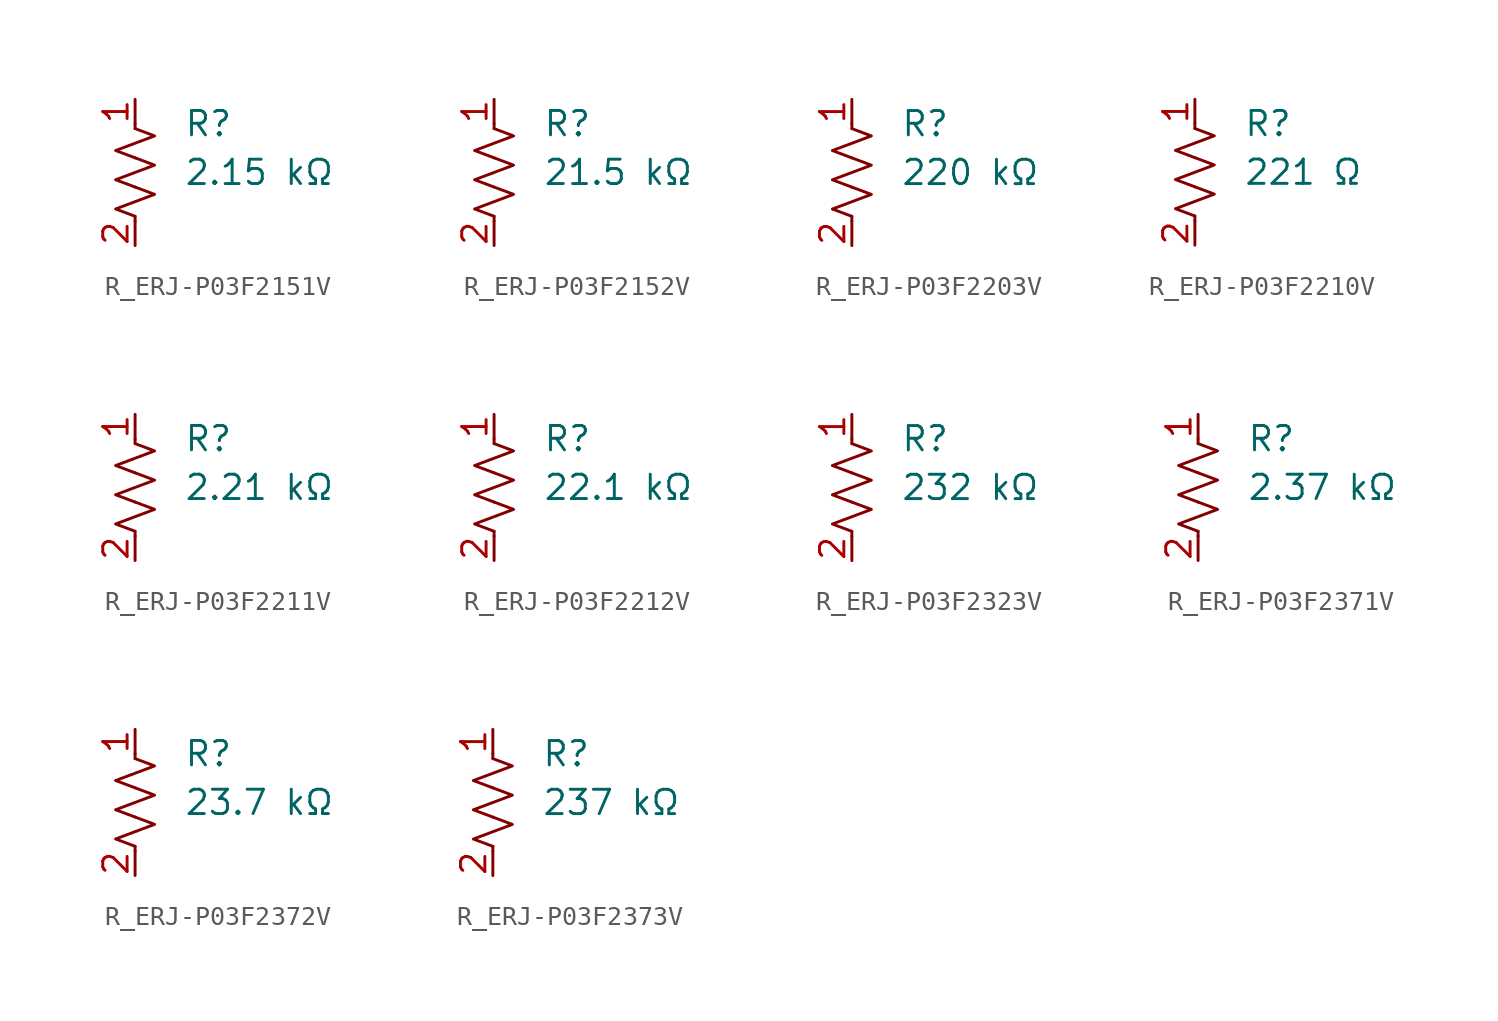
<source format=kicad_sym>
(kicad_symbol_lib
  (version 20231120)
  (generator "kicad_symbol_editor")
  (generator_version "8.0")
  (symbol "R_ERJ-P03F2151V"
    (pin_names
      (offset 0.254))
    (property "Value" "2.15 kΩ"
      (at 2.54 0 0)
      (effects (font (size 1.27 1.27)) (justify left)))
    (property "Reference" "R"
      (at 2.54 2.54 0)
      (effects (font (size 1.27 1.27)) (justify left)))
    (symbol "R_ERJ-P03F2151V_0_1"
      (polyline (pts (xy 0 -2.286) (xy 0 -2.54)) (stroke (width 0) (type default)) (fill (type none)))
      (polyline (pts (xy 0 2.286) (xy 0 2.54)) (stroke (width 0) (type default)) (fill (type none)))
      (polyline (pts (xy 0 -0.762) (xy 1.016 -1.143) (xy 0 -1.524) (xy -1.016 -1.905) (xy 0 -2.286)) (stroke (width 0) (type default)) (fill (type none)))
      (polyline (pts (xy 0 0.762) (xy 1.016 0.381) (xy 0 0) (xy -1.016 -0.381) (xy 0 -0.762)) (stroke (width 0) (type default)) (fill (type none)))
      (polyline (pts (xy 0 2.286) (xy 1.016 1.905) (xy 0 1.524) (xy -1.016 1.143) (xy 0 0.762)) (stroke (width 0) (type default)) (fill (type none))))
    (symbol "R_ERJ-P03F2151V_1_1"
      (pin passive line (at 0 3.81 270) (length 1.27) (name "~" (effects (font (size 1.27 1.27)))) (number "1" (effects (font (size 1.27 1.27)))))
      (pin passive line (at 0 -3.81 90) (length 1.27) (name "~" (effects (font (size 1.27 1.27)))) (number "2" (effects (font (size 1.27 1.27)))))))
  (symbol "R_ERJ-P03F2152V"
    (pin_names
      (offset 0.254))
    (property "Value" "21.5 kΩ"
      (at 2.54 0 0)
      (effects (font (size 1.27 1.27)) (justify left)))
    (property "Reference" "R"
      (at 2.54 2.54 0)
      (effects (font (size 1.27 1.27)) (justify left)))
    (symbol "R_ERJ-P03F2152V_0_1"
      (polyline (pts (xy 0 -2.286) (xy 0 -2.54)) (stroke (width 0) (type default)) (fill (type none)))
      (polyline (pts (xy 0 2.286) (xy 0 2.54)) (stroke (width 0) (type default)) (fill (type none)))
      (polyline (pts (xy 0 -0.762) (xy 1.016 -1.143) (xy 0 -1.524) (xy -1.016 -1.905) (xy 0 -2.286)) (stroke (width 0) (type default)) (fill (type none)))
      (polyline (pts (xy 0 0.762) (xy 1.016 0.381) (xy 0 0) (xy -1.016 -0.381) (xy 0 -0.762)) (stroke (width 0) (type default)) (fill (type none)))
      (polyline (pts (xy 0 2.286) (xy 1.016 1.905) (xy 0 1.524) (xy -1.016 1.143) (xy 0 0.762)) (stroke (width 0) (type default)) (fill (type none))))
    (symbol "R_ERJ-P03F2152V_1_1"
      (pin passive line (at 0 3.81 270) (length 1.27) (name "~" (effects (font (size 1.27 1.27)))) (number "1" (effects (font (size 1.27 1.27)))))
      (pin passive line (at 0 -3.81 90) (length 1.27) (name "~" (effects (font (size 1.27 1.27)))) (number "2" (effects (font (size 1.27 1.27)))))))
  (symbol "R_ERJ-P03F2203V"
    (pin_names
      (offset 0.254))
    (property "Value" "220 kΩ"
      (at 2.54 0 0)
      (effects (font (size 1.27 1.27)) (justify left)))
    (property "Reference" "R"
      (at 2.54 2.54 0)
      (effects (font (size 1.27 1.27)) (justify left)))
    (symbol "R_ERJ-P03F2203V_0_1"
      (polyline (pts (xy 0 -2.286) (xy 0 -2.54)) (stroke (width 0) (type default)) (fill (type none)))
      (polyline (pts (xy 0 2.286) (xy 0 2.54)) (stroke (width 0) (type default)) (fill (type none)))
      (polyline (pts (xy 0 -0.762) (xy 1.016 -1.143) (xy 0 -1.524) (xy -1.016 -1.905) (xy 0 -2.286)) (stroke (width 0) (type default)) (fill (type none)))
      (polyline (pts (xy 0 0.762) (xy 1.016 0.381) (xy 0 0) (xy -1.016 -0.381) (xy 0 -0.762)) (stroke (width 0) (type default)) (fill (type none)))
      (polyline (pts (xy 0 2.286) (xy 1.016 1.905) (xy 0 1.524) (xy -1.016 1.143) (xy 0 0.762)) (stroke (width 0) (type default)) (fill (type none))))
    (symbol "R_ERJ-P03F2203V_1_1"
      (pin passive line (at 0 3.81 270) (length 1.27) (name "~" (effects (font (size 1.27 1.27)))) (number "1" (effects (font (size 1.27 1.27)))))
      (pin passive line (at 0 -3.81 90) (length 1.27) (name "~" (effects (font (size 1.27 1.27)))) (number "2" (effects (font (size 1.27 1.27)))))))
  (symbol "R_ERJ-P03F2210V"
    (pin_names
      (offset 0.254))
    (property "Value" "221 Ω"
      (at 2.54 0 0)
      (effects (font (size 1.27 1.27)) (justify left)))
    (property "Reference" "R"
      (at 2.54 2.54 0)
      (effects (font (size 1.27 1.27)) (justify left)))
    (symbol "R_ERJ-P03F2210V_0_1"
      (polyline (pts (xy 0 -2.286) (xy 0 -2.54)) (stroke (width 0) (type default)) (fill (type none)))
      (polyline (pts (xy 0 2.286) (xy 0 2.54)) (stroke (width 0) (type default)) (fill (type none)))
      (polyline (pts (xy 0 -0.762) (xy 1.016 -1.143) (xy 0 -1.524) (xy -1.016 -1.905) (xy 0 -2.286)) (stroke (width 0) (type default)) (fill (type none)))
      (polyline (pts (xy 0 0.762) (xy 1.016 0.381) (xy 0 0) (xy -1.016 -0.381) (xy 0 -0.762)) (stroke (width 0) (type default)) (fill (type none)))
      (polyline (pts (xy 0 2.286) (xy 1.016 1.905) (xy 0 1.524) (xy -1.016 1.143) (xy 0 0.762)) (stroke (width 0) (type default)) (fill (type none))))
    (symbol "R_ERJ-P03F2210V_1_1"
      (pin passive line (at 0 3.81 270) (length 1.27) (name "~" (effects (font (size 1.27 1.27)))) (number "1" (effects (font (size 1.27 1.27)))))
      (pin passive line (at 0 -3.81 90) (length 1.27) (name "~" (effects (font (size 1.27 1.27)))) (number "2" (effects (font (size 1.27 1.27)))))))
  (symbol "R_ERJ-P03F2211V"
    (pin_names
      (offset 0.254))
    (property "Value" "2.21 kΩ"
      (at 2.54 0 0)
      (effects (font (size 1.27 1.27)) (justify left)))
    (property "Reference" "R"
      (at 2.54 2.54 0)
      (effects (font (size 1.27 1.27)) (justify left)))
    (symbol "R_ERJ-P03F2211V_0_1"
      (polyline (pts (xy 0 -2.286) (xy 0 -2.54)) (stroke (width 0) (type default)) (fill (type none)))
      (polyline (pts (xy 0 2.286) (xy 0 2.54)) (stroke (width 0) (type default)) (fill (type none)))
      (polyline (pts (xy 0 -0.762) (xy 1.016 -1.143) (xy 0 -1.524) (xy -1.016 -1.905) (xy 0 -2.286)) (stroke (width 0) (type default)) (fill (type none)))
      (polyline (pts (xy 0 0.762) (xy 1.016 0.381) (xy 0 0) (xy -1.016 -0.381) (xy 0 -0.762)) (stroke (width 0) (type default)) (fill (type none)))
      (polyline (pts (xy 0 2.286) (xy 1.016 1.905) (xy 0 1.524) (xy -1.016 1.143) (xy 0 0.762)) (stroke (width 0) (type default)) (fill (type none))))
    (symbol "R_ERJ-P03F2211V_1_1"
      (pin passive line (at 0 3.81 270) (length 1.27) (name "~" (effects (font (size 1.27 1.27)))) (number "1" (effects (font (size 1.27 1.27)))))
      (pin passive line (at 0 -3.81 90) (length 1.27) (name "~" (effects (font (size 1.27 1.27)))) (number "2" (effects (font (size 1.27 1.27)))))))
  (symbol "R_ERJ-P03F2212V"
    (pin_names
      (offset 0.254))
    (property "Value" "22.1 kΩ"
      (at 2.54 0 0)
      (effects (font (size 1.27 1.27)) (justify left)))
    (property "Reference" "R"
      (at 2.54 2.54 0)
      (effects (font (size 1.27 1.27)) (justify left)))
    (symbol "R_ERJ-P03F2212V_0_1"
      (polyline (pts (xy 0 -2.286) (xy 0 -2.54)) (stroke (width 0) (type default)) (fill (type none)))
      (polyline (pts (xy 0 2.286) (xy 0 2.54)) (stroke (width 0) (type default)) (fill (type none)))
      (polyline (pts (xy 0 -0.762) (xy 1.016 -1.143) (xy 0 -1.524) (xy -1.016 -1.905) (xy 0 -2.286)) (stroke (width 0) (type default)) (fill (type none)))
      (polyline (pts (xy 0 0.762) (xy 1.016 0.381) (xy 0 0) (xy -1.016 -0.381) (xy 0 -0.762)) (stroke (width 0) (type default)) (fill (type none)))
      (polyline (pts (xy 0 2.286) (xy 1.016 1.905) (xy 0 1.524) (xy -1.016 1.143) (xy 0 0.762)) (stroke (width 0) (type default)) (fill (type none))))
    (symbol "R_ERJ-P03F2212V_1_1"
      (pin passive line (at 0 3.81 270) (length 1.27) (name "~" (effects (font (size 1.27 1.27)))) (number "1" (effects (font (size 1.27 1.27)))))
      (pin passive line (at 0 -3.81 90) (length 1.27) (name "~" (effects (font (size 1.27 1.27)))) (number "2" (effects (font (size 1.27 1.27)))))))
  (symbol "R_ERJ-P03F2323V"
    (pin_names
      (offset 0.254))
    (property "Value" "232 kΩ"
      (at 2.54 0 0)
      (effects (font (size 1.27 1.27)) (justify left)))
    (property "Reference" "R"
      (at 2.54 2.54 0)
      (effects (font (size 1.27 1.27)) (justify left)))
    (symbol "R_ERJ-P03F2323V_0_1"
      (polyline (pts (xy 0 -2.286) (xy 0 -2.54)) (stroke (width 0) (type default)) (fill (type none)))
      (polyline (pts (xy 0 2.286) (xy 0 2.54)) (stroke (width 0) (type default)) (fill (type none)))
      (polyline (pts (xy 0 -0.762) (xy 1.016 -1.143) (xy 0 -1.524) (xy -1.016 -1.905) (xy 0 -2.286)) (stroke (width 0) (type default)) (fill (type none)))
      (polyline (pts (xy 0 0.762) (xy 1.016 0.381) (xy 0 0) (xy -1.016 -0.381) (xy 0 -0.762)) (stroke (width 0) (type default)) (fill (type none)))
      (polyline (pts (xy 0 2.286) (xy 1.016 1.905) (xy 0 1.524) (xy -1.016 1.143) (xy 0 0.762)) (stroke (width 0) (type default)) (fill (type none))))
    (symbol "R_ERJ-P03F2323V_1_1"
      (pin passive line (at 0 3.81 270) (length 1.27) (name "~" (effects (font (size 1.27 1.27)))) (number "1" (effects (font (size 1.27 1.27)))))
      (pin passive line (at 0 -3.81 90) (length 1.27) (name "~" (effects (font (size 1.27 1.27)))) (number "2" (effects (font (size 1.27 1.27)))))))
  (symbol "R_ERJ-P03F2371V"
    (pin_names
      (offset 0.254))
    (property "Value" "2.37 kΩ"
      (at 2.54 0 0)
      (effects (font (size 1.27 1.27)) (justify left)))
    (property "Reference" "R"
      (at 2.54 2.54 0)
      (effects (font (size 1.27 1.27)) (justify left)))
    (symbol "R_ERJ-P03F2371V_0_1"
      (polyline (pts (xy 0 -2.286) (xy 0 -2.54)) (stroke (width 0) (type default)) (fill (type none)))
      (polyline (pts (xy 0 2.286) (xy 0 2.54)) (stroke (width 0) (type default)) (fill (type none)))
      (polyline (pts (xy 0 -0.762) (xy 1.016 -1.143) (xy 0 -1.524) (xy -1.016 -1.905) (xy 0 -2.286)) (stroke (width 0) (type default)) (fill (type none)))
      (polyline (pts (xy 0 0.762) (xy 1.016 0.381) (xy 0 0) (xy -1.016 -0.381) (xy 0 -0.762)) (stroke (width 0) (type default)) (fill (type none)))
      (polyline (pts (xy 0 2.286) (xy 1.016 1.905) (xy 0 1.524) (xy -1.016 1.143) (xy 0 0.762)) (stroke (width 0) (type default)) (fill (type none))))
    (symbol "R_ERJ-P03F2371V_1_1"
      (pin passive line (at 0 3.81 270) (length 1.27) (name "~" (effects (font (size 1.27 1.27)))) (number "1" (effects (font (size 1.27 1.27)))))
      (pin passive line (at 0 -3.81 90) (length 1.27) (name "~" (effects (font (size 1.27 1.27)))) (number "2" (effects (font (size 1.27 1.27)))))))
  (symbol "R_ERJ-P03F2372V"
    (pin_names
      (offset 0.254))
    (property "Value" "23.7 kΩ"
      (at 2.54 0 0)
      (effects (font (size 1.27 1.27)) (justify left)))
    (property "Reference" "R"
      (at 2.54 2.54 0)
      (effects (font (size 1.27 1.27)) (justify left)))
    (symbol "R_ERJ-P03F2372V_0_1"
      (polyline (pts (xy 0 -2.286) (xy 0 -2.54)) (stroke (width 0) (type default)) (fill (type none)))
      (polyline (pts (xy 0 2.286) (xy 0 2.54)) (stroke (width 0) (type default)) (fill (type none)))
      (polyline (pts (xy 0 -0.762) (xy 1.016 -1.143) (xy 0 -1.524) (xy -1.016 -1.905) (xy 0 -2.286)) (stroke (width 0) (type default)) (fill (type none)))
      (polyline (pts (xy 0 0.762) (xy 1.016 0.381) (xy 0 0) (xy -1.016 -0.381) (xy 0 -0.762)) (stroke (width 0) (type default)) (fill (type none)))
      (polyline (pts (xy 0 2.286) (xy 1.016 1.905) (xy 0 1.524) (xy -1.016 1.143) (xy 0 0.762)) (stroke (width 0) (type default)) (fill (type none))))
    (symbol "R_ERJ-P03F2372V_1_1"
      (pin passive line (at 0 3.81 270) (length 1.27) (name "~" (effects (font (size 1.27 1.27)))) (number "1" (effects (font (size 1.27 1.27)))))
      (pin passive line (at 0 -3.81 90) (length 1.27) (name "~" (effects (font (size 1.27 1.27)))) (number "2" (effects (font (size 1.27 1.27)))))))
  (symbol "R_ERJ-P03F2373V"
    (pin_names
      (offset 0.254))
    (property "Value" "237 kΩ"
      (at 2.54 0 0)
      (effects (font (size 1.27 1.27)) (justify left)))
    (property "Reference" "R"
      (at 2.54 2.54 0)
      (effects (font (size 1.27 1.27)) (justify left)))
    (symbol "R_ERJ-P03F2373V_0_1"
      (polyline (pts (xy 0 -2.286) (xy 0 -2.54)) (stroke (width 0) (type default)) (fill (type none)))
      (polyline (pts (xy 0 2.286) (xy 0 2.54)) (stroke (width 0) (type default)) (fill (type none)))
      (polyline (pts (xy 0 -0.762) (xy 1.016 -1.143) (xy 0 -1.524) (xy -1.016 -1.905) (xy 0 -2.286)) (stroke (width 0) (type default)) (fill (type none)))
      (polyline (pts (xy 0 0.762) (xy 1.016 0.381) (xy 0 0) (xy -1.016 -0.381) (xy 0 -0.762)) (stroke (width 0) (type default)) (fill (type none)))
      (polyline (pts (xy 0 2.286) (xy 1.016 1.905) (xy 0 1.524) (xy -1.016 1.143) (xy 0 0.762)) (stroke (width 0) (type default)) (fill (type none))))
    (symbol "R_ERJ-P03F2373V_1_1"
      (pin passive line (at 0 3.81 270) (length 1.27) (name "~" (effects (font (size 1.27 1.27)))) (number "1" (effects (font (size 1.27 1.27)))))
      (pin passive line (at 0 -3.81 90) (length 1.27) (name "~" (effects (font (size 1.27 1.27)))) (number "2" (effects (font (size 1.27 1.27))))))))
</source>
